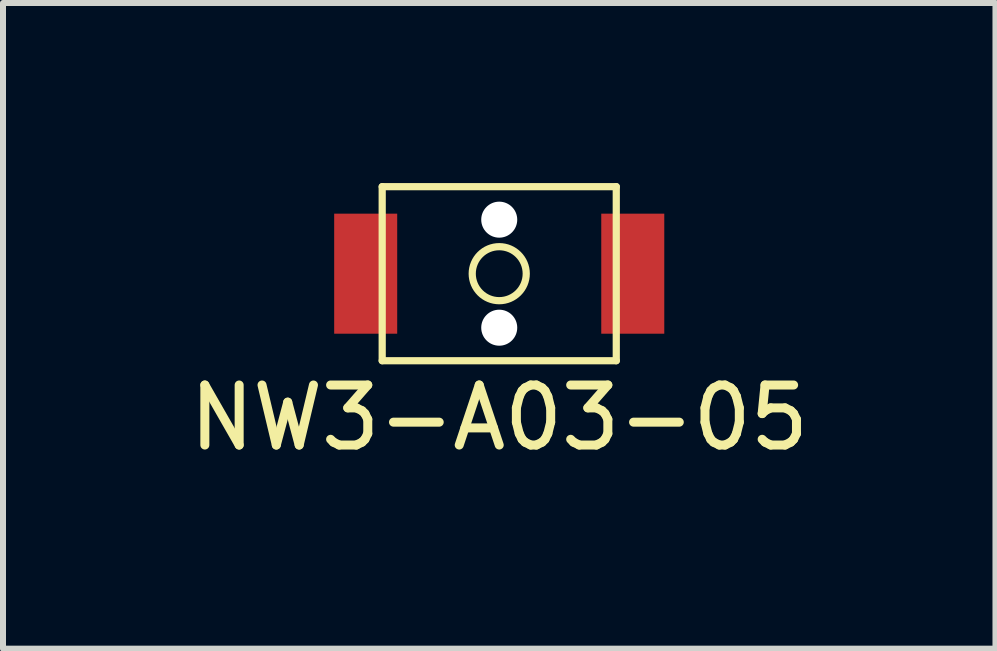
<source format=kicad_pcb>
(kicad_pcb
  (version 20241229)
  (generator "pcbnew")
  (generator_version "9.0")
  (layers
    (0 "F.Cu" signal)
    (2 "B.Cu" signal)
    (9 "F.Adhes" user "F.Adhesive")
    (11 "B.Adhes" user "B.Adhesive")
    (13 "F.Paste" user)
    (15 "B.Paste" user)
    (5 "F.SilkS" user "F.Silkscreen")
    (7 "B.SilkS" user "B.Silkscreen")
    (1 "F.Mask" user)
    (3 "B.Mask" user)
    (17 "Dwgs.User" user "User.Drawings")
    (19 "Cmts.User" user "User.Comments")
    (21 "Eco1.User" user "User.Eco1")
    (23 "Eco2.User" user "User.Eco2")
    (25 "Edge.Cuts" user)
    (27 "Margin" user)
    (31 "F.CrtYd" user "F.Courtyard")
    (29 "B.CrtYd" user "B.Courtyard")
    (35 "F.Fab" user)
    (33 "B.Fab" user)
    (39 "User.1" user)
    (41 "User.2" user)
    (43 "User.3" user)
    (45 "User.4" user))
  (footprint "NW3-A03-05"
    (layer "F.Cu")
    (at 5.268 1.51)
    (property "Reference" "NW3-A03-05" (at 0 2.4 0) (layer "F.SilkS") (effects (font (size 1 1) (thickness 0.15))))
    (attr through_hole)
    (fp_line (start -1.95 -1.45) (end -1.95 1.45) (stroke (width 0.12) (type solid)) (layer "F.SilkS"))
    (fp_line (start -1.95 1.45) (end 1.95 1.45) (stroke (width 0.12) (type solid)) (layer "F.SilkS"))
    (fp_line (start 1.95 -1.45) (end -1.95 -1.45) (stroke (width 0.12) (type solid)) (layer "F.SilkS"))
    (fp_line (start 1.95 1.45) (end 1.95 -1.45) (stroke (width 0.12) (type solid)) (layer "F.SilkS"))
    (fp_circle (center 0 0) (end 0.45 0) (stroke (width 0.12) (type solid)) (fill no) (layer "F.SilkS"))
    (pad "" np_thru_hole circle (at 0 -0.9) (size 0.6 0.6) (drill 0.6) (layers "*.Cu" "*.Mask"))
    (pad "" np_thru_hole circle (at 0 0.9) (size 0.6 0.6) (drill 0.6) (layers "*.Cu" "*.Mask"))
    (pad "1" smd rect (at 2.225 0) (size 1.05 2) (layers "F.Cu" "F.Mask" "F.Paste"))
    (pad "2" smd rect (at -2.225 0) (size 1.05 2) (layers "F.Cu" "F.Mask" "F.Paste")))
  (gr_rect
    (start -3 -3)
    (end 13.536 7.758)
    (stroke (width 0.1) (type default))
    (fill no)
    (layer "Edge.Cuts")))
</source>
